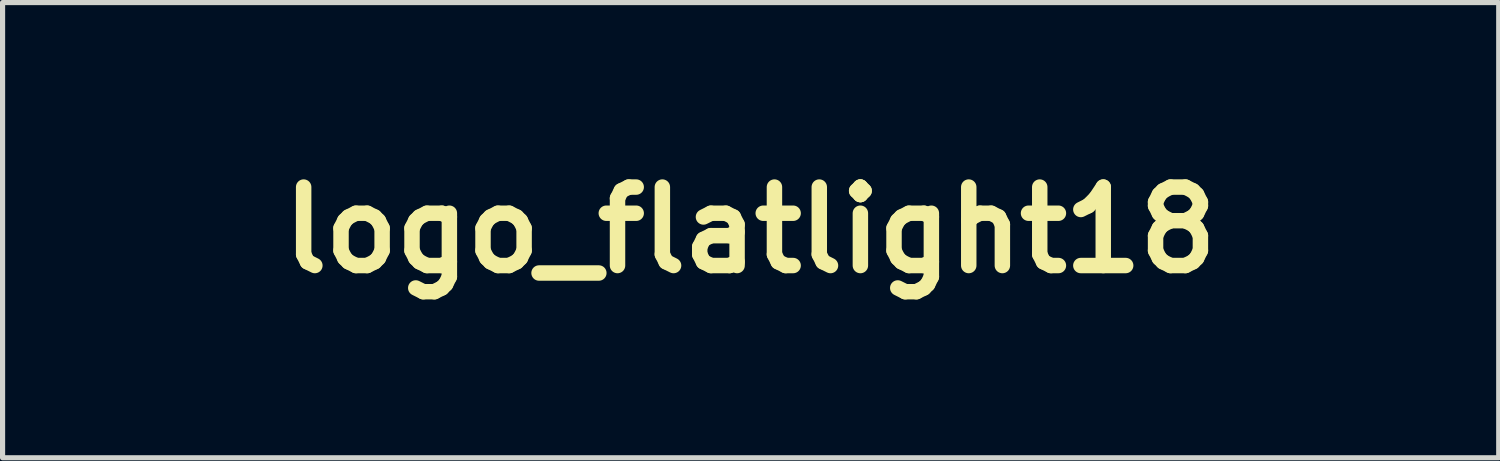
<source format=kicad_pcb>
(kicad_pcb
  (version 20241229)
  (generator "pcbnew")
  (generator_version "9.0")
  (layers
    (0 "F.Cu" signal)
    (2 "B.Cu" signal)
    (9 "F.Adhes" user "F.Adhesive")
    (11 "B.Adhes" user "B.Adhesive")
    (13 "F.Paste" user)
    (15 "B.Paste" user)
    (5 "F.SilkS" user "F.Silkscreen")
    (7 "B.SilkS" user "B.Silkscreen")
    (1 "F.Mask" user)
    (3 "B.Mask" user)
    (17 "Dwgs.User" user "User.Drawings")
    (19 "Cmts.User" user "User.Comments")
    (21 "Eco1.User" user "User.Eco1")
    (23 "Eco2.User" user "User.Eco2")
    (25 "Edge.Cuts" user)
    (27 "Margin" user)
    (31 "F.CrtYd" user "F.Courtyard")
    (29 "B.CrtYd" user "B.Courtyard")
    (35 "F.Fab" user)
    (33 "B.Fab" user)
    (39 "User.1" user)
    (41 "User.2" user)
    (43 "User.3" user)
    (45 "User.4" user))
  (footprint "logo_flatlight18"
    (layer "F.Cu")
    (at 11.52 1.418)
    (property "Reference" "logo_flatlight18" (at 0 0 0) (layer "F.SilkS") (effects (font (size 1.524 1.524) (thickness 0.3))))
    (attr through_hole)
    (fp_poly (pts (xy -9.271 0.804) (xy -9.588 0.804) (xy -9.588 -1.397) (xy -9.271 -1.397) (xy -9.271 0.804)) (stroke (width 0.01) (type solid)) (fill yes) (layer "F.Mask"))
    (fp_poly (pts (xy -5.461 0.804) (xy -5.779 0.804) (xy -5.779 -1.397) (xy -5.461 -1.397) (xy -5.461 0.804)) (stroke (width 0.01) (type solid)) (fill yes) (layer "F.Mask"))
    (fp_poly (pts (xy -4.72 -0.953) (xy -5.038 -0.953) (xy -5.038 -1.312) (xy -4.72 -1.312) (xy -4.72 -0.953)) (stroke (width 0.01) (type solid)) (fill yes) (layer "F.Mask"))
    (fp_poly (pts (xy -4.72 0.804) (xy -5.038 0.804) (xy -5.038 -0.741) (xy -4.72 -0.741) (xy -4.72 0.804)) (stroke (width 0.01) (type solid)) (fill yes) (layer "F.Mask"))
    (fp_poly (pts (xy 8.887 -1.16) (xy 9.027 -1.148) (xy 9.132 -1.125) (xy 9.21 -1.089) (xy 9.267 -1.036) (xy 9.301 -0.983) (xy 9.312 -0.96) (xy 9.321 -0.936) (xy 9.329 -0.904) (xy 9.334 -0.863) (xy 9.339 -0.806) (xy 9.342 -0.73) (xy 9.345 -0.63) (xy 9.347 -0.503) (xy 9.349 -0.344) (xy 9.351 -0.149) (xy 9.351 -0.048) (xy 9.358 0.804) (xy 8.996 0.804) (xy 8.996 0.024) (xy 8.996 -0.189) (xy 8.995 -0.363) (xy 8.993 -0.501) (xy 8.99 -0.607) (xy 8.986 -0.685) (xy 8.981 -0.737) (xy 8.975 -0.768) (xy 8.969 -0.779) (xy 8.934 -0.793) (xy 8.872 -0.803) (xy 8.815 -0.808) (xy 8.689 -0.815) (xy 8.683 -0.992) (xy 8.677 -1.17) (xy 8.887 -1.16)) (stroke (width 0.01) (type solid)) (fill yes) (layer "F.Mask"))
    (fp_poly (pts (xy -6.498 -0.742) (xy -6.292 -0.736) (xy -6.085 -0.73) (xy -6.085 -0.434) (xy -6.498 -0.422) (xy -6.498 -0.003) (xy -6.497 0.156) (xy -6.495 0.277) (xy -6.49 0.364) (xy -6.482 0.42) (xy -6.472 0.45) (xy -6.471 0.452) (xy -6.426 0.485) (xy -6.35 0.51) (xy -6.253 0.525) (xy -6.186 0.529) (xy -6.096 0.529) (xy -6.096 0.804) (xy -6.302 0.802) (xy -6.4 0.8) (xy -6.488 0.794) (xy -6.555 0.786) (xy -6.575 0.781) (xy -6.647 0.743) (xy -6.715 0.676) (xy -6.77 0.593) (xy -6.793 0.535) (xy -6.8 0.49) (xy -6.806 0.41) (xy -6.811 0.303) (xy -6.814 0.178) (xy -6.816 0.042) (xy -6.816 0.016) (xy -6.816 -0.423) (xy -7.027 -0.423) (xy -7.027 -0.741) (xy -6.816 -0.741) (xy -6.816 -1.101) (xy -6.498 -1.101) (xy -6.498 -0.742)) (stroke (width 0.01) (type solid)) (fill yes) (layer "F.Mask"))
    (fp_poly (pts (xy 0.169 -0.741) (xy 0.595 -0.741) (xy 0.588 -0.587) (xy 0.582 -0.434) (xy 0.169 -0.422) (xy 0.169 -0.003) (xy 0.17 0.156) (xy 0.173 0.277) (xy 0.178 0.364) (xy 0.185 0.42) (xy 0.195 0.45) (xy 0.196 0.452) (xy 0.242 0.485) (xy 0.321 0.511) (xy 0.422 0.526) (xy 0.492 0.529) (xy 0.593 0.529) (xy 0.593 0.804) (xy 0.376 0.802) (xy 0.276 0.8) (xy 0.186 0.794) (xy 0.117 0.786) (xy 0.092 0.781) (xy 0.021 0.743) (xy -0.048 0.676) (xy -0.103 0.593) (xy -0.126 0.535) (xy -0.132 0.49) (xy -0.138 0.41) (xy -0.143 0.303) (xy -0.147 0.178) (xy -0.148 0.042) (xy -0.148 0.016) (xy -0.148 -0.423) (xy -0.36 -0.423) (xy -0.36 -0.741) (xy -0.148 -0.741) (xy -0.148 -1.101) (xy 0.169 -1.101) (xy 0.169 -0.741)) (stroke (width 0.01) (type solid)) (fill yes) (layer "F.Mask"))
    (fp_poly (pts (xy -1.947 -0.741) (xy -1.656 -0.74) (xy -1.451 -0.736) (xy -1.281 -0.724) (xy -1.142 -0.702) (xy -1.027 -0.669) (xy -0.932 -0.622) (xy -0.85 -0.561) (xy -0.789 -0.499) (xy -0.744 -0.443) (xy -0.709 -0.387) (xy -0.682 -0.323) (xy -0.662 -0.247) (xy -0.649 -0.151) (xy -0.641 -0.032) (xy -0.636 0.118) (xy -0.635 0.304) (xy -0.635 0.324) (xy -0.635 0.804) (xy -0.953 0.804) (xy -0.953 0.333) (xy -0.953 0.178) (xy -0.954 0.06) (xy -0.956 -0.028) (xy -0.96 -0.093) (xy -0.967 -0.141) (xy -0.976 -0.178) (xy -0.989 -0.211) (xy -1 -0.234) (xy -1.055 -0.314) (xy -1.133 -0.371) (xy -1.142 -0.376) (xy -1.18 -0.393) (xy -1.219 -0.406) (xy -1.266 -0.415) (xy -1.329 -0.42) (xy -1.415 -0.422) (xy -1.533 -0.423) (xy -1.592 -0.423) (xy -1.947 -0.423) (xy -1.947 0.804) (xy -2.265 0.804) (xy -2.265 -1.397) (xy -1.947 -1.397) (xy -1.947 -0.741)) (stroke (width 0.01) (type solid)) (fill yes) (layer "F.Mask"))
    (fp_poly (pts (xy -9.97 -0.804) (xy -10.447 -0.804) (xy -10.603 -0.804) (xy -10.723 -0.803) (xy -10.813 -0.8) (xy -10.879 -0.796) (xy -10.927 -0.79) (xy -10.964 -0.78) (xy -10.994 -0.768) (xy -11.007 -0.762) (xy -11.077 -0.718) (xy -11.123 -0.664) (xy -11.151 -0.59) (xy -11.167 -0.487) (xy -11.17 -0.456) (xy -11.182 -0.296) (xy -9.991 -0.296) (xy -9.991 0.02) (xy -10.578 0.026) (xy -11.165 0.032) (xy -11.171 0.418) (xy -11.177 0.804) (xy -11.515 0.804) (xy -11.515 0.089) (xy -11.514 -0.127) (xy -11.513 -0.305) (xy -11.51 -0.45) (xy -11.504 -0.567) (xy -11.495 -0.66) (xy -11.482 -0.733) (xy -11.464 -0.792) (xy -11.441 -0.841) (xy -11.412 -0.885) (xy -11.376 -0.928) (xy -11.352 -0.954) (xy -11.298 -1.009) (xy -11.245 -1.053) (xy -11.188 -1.087) (xy -11.122 -1.112) (xy -11.04 -1.131) (xy -10.937 -1.143) (xy -10.807 -1.151) (xy -10.645 -1.157) (xy -10.493 -1.16) (xy -9.97 -1.168) (xy -9.97 -0.804)) (stroke (width 0.01) (type solid)) (fill yes) (layer "F.Mask"))
    (fp_poly (pts (xy 7.726 -1.161) (xy 7.755 -1.155) (xy 7.763 -1.143) (xy 7.759 -1.128) (xy 7.749 -1.101) (xy 7.724 -1.039) (xy 7.687 -0.945) (xy 7.64 -0.825) (xy 7.583 -0.682) (xy 7.52 -0.521) (xy 7.45 -0.345) (xy 7.396 -0.21) (xy 7.31 0.008) (xy 7.237 0.19) (xy 7.176 0.339) (xy 7.125 0.46) (xy 7.082 0.555) (xy 7.045 0.629) (xy 7.013 0.685) (xy 6.984 0.726) (xy 6.956 0.756) (xy 6.927 0.778) (xy 6.895 0.797) (xy 6.885 0.802) (xy 6.824 0.821) (xy 6.737 0.833) (xy 6.642 0.837) (xy 6.554 0.832) (xy 6.514 0.825) (xy 6.4 0.78) (xy 6.32 0.712) (xy 6.292 0.669) (xy 6.277 0.636) (xy 6.25 0.567) (xy 6.21 0.468) (xy 6.161 0.342) (xy 6.104 0.194) (xy 6.041 0.029) (xy 5.973 -0.15) (xy 5.925 -0.275) (xy 5.593 -1.154) (xy 5.774 -1.16) (xy 5.858 -1.161) (xy 5.925 -1.158) (xy 5.965 -1.152) (xy 5.971 -1.149) (xy 5.982 -1.126) (xy 6.006 -1.068) (xy 6.041 -0.979) (xy 6.086 -0.863) (xy 6.139 -0.726) (xy 6.198 -0.57) (xy 6.262 -0.401) (xy 6.278 -0.36) (xy 6.343 -0.187) (xy 6.405 -0.026) (xy 6.462 0.119) (xy 6.511 0.243) (xy 6.551 0.342) (xy 6.581 0.412) (xy 6.598 0.447) (xy 6.6 0.45) (xy 6.65 0.483) (xy 6.702 0.478) (xy 6.731 0.455) (xy 6.745 0.429) (xy 6.772 0.368) (xy 6.811 0.276) (xy 6.86 0.158) (xy 6.917 0.018) (xy 6.98 -0.139) (xy 7.048 -0.309) (xy 7.071 -0.365) (xy 7.384 -1.154) (xy 7.579 -1.16) (xy 7.67 -1.162) (xy 7.726 -1.161)) (stroke (width 0.01) (type solid)) (fill yes) (layer "F.Mask"))
    (fp_poly (pts (xy 2.302 -1.16) (xy 2.482 -1.158) (xy 2.626 -1.156) (xy 2.737 -1.154) (xy 2.823 -1.15) (xy 2.887 -1.145) (xy 2.935 -1.139) (xy 2.973 -1.13) (xy 3.006 -1.119) (xy 3.038 -1.105) (xy 3.043 -1.103) (xy 3.173 -1.025) (xy 3.269 -0.922) (xy 3.332 -0.794) (xy 3.361 -0.642) (xy 3.361 -0.524) (xy 3.336 -0.357) (xy 3.279 -0.218) (xy 3.193 -0.108) (xy 3.077 -0.027) (xy 3.042 -0.011) (xy 2.992 0.014) (xy 2.976 0.036) (xy 2.982 0.059) (xy 2.999 0.088) (xy 3.033 0.147) (xy 3.081 0.23) (xy 3.14 0.33) (xy 3.205 0.441) (xy 3.205 0.441) (xy 3.268 0.55) (xy 3.324 0.645) (xy 3.367 0.722) (xy 3.397 0.774) (xy 3.408 0.796) (xy 3.408 0.796) (xy 3.388 0.8) (xy 3.336 0.803) (xy 3.26 0.804) (xy 3.218 0.804) (xy 3.029 0.804) (xy 2.803 0.423) (xy 2.577 0.041) (xy 2.31 0.047) (xy 2.043 0.053) (xy 2.037 0.429) (xy 2.031 0.804) (xy 1.672 0.804) (xy 1.673 0.376) (xy 1.675 0.207) (xy 1.678 0.075) (xy 1.685 -0.025) (xy 1.697 -0.1) (xy 1.714 -0.154) (xy 1.738 -0.193) (xy 1.77 -0.223) (xy 1.799 -0.242) (xy 1.826 -0.256) (xy 1.856 -0.267) (xy 1.897 -0.275) (xy 1.952 -0.281) (xy 2.029 -0.286) (xy 2.133 -0.289) (xy 2.27 -0.292) (xy 2.37 -0.293) (xy 2.53 -0.296) (xy 2.652 -0.299) (xy 2.744 -0.302) (xy 2.811 -0.307) (xy 2.857 -0.314) (xy 2.89 -0.322) (xy 2.914 -0.334) (xy 2.925 -0.342) (xy 2.983 -0.407) (xy 3.014 -0.492) (xy 3.017 -0.586) (xy 2.993 -0.676) (xy 2.942 -0.749) (xy 2.928 -0.761) (xy 2.91 -0.774) (xy 2.889 -0.784) (xy 2.86 -0.791) (xy 2.817 -0.797) (xy 2.756 -0.8) (xy 2.672 -0.803) (xy 2.559 -0.804) (xy 2.413 -0.804) (xy 2.273 -0.804) (xy 1.672 -0.804) (xy 1.672 -1.167) (xy 2.302 -1.16)) (stroke (width 0.01) (type solid)) (fill yes) (layer "F.Mask"))
    (fp_poly (pts (xy 5.334 -0.806) (xy 4.754 -0.8) (xy 4.581 -0.798) (xy 4.446 -0.796) (xy 4.342 -0.793) (xy 4.266 -0.789) (xy 4.212 -0.784) (xy 4.176 -0.777) (xy 4.152 -0.769) (xy 4.134 -0.757) (xy 4.13 -0.754) (xy 4.078 -0.682) (xy 4.057 -0.597) (xy 4.065 -0.51) (xy 4.102 -0.433) (xy 4.166 -0.378) (xy 4.17 -0.376) (xy 4.198 -0.364) (xy 4.232 -0.355) (xy 4.279 -0.349) (xy 4.344 -0.344) (xy 4.433 -0.341) (xy 4.55 -0.339) (xy 4.702 -0.339) (xy 4.778 -0.339) (xy 5.313 -0.339) (xy 5.313 -0.021) (xy 4.783 -0.021) (xy 4.601 -0.021) (xy 4.457 -0.018) (xy 4.345 -0.014) (xy 4.26 -0.006) (xy 4.197 0.005) (xy 4.152 0.02) (xy 4.118 0.04) (xy 4.092 0.066) (xy 4.089 0.069) (xy 4.06 0.131) (xy 4.048 0.212) (xy 4.056 0.292) (xy 4.064 0.318) (xy 4.082 0.356) (xy 4.105 0.387) (xy 4.136 0.41) (xy 4.181 0.428) (xy 4.245 0.441) (xy 4.332 0.45) (xy 4.447 0.455) (xy 4.596 0.459) (xy 4.778 0.462) (xy 5.334 0.468) (xy 5.334 0.804) (xy 4.747 0.803) (xy 4.541 0.802) (xy 4.376 0.799) (xy 4.247 0.794) (xy 4.154 0.788) (xy 4.092 0.779) (xy 4.075 0.775) (xy 3.929 0.713) (xy 3.816 0.63) (xy 3.738 0.529) (xy 3.705 0.45) (xy 3.687 0.338) (xy 3.686 0.218) (xy 3.704 0.107) (xy 3.722 0.053) (xy 3.758 -0.006) (xy 3.808 -0.068) (xy 3.864 -0.122) (xy 3.914 -0.159) (xy 3.943 -0.169) (xy 3.944 -0.179) (xy 3.916 -0.201) (xy 3.904 -0.209) (xy 3.847 -0.252) (xy 3.79 -0.308) (xy 3.783 -0.315) (xy 3.723 -0.418) (xy 3.691 -0.54) (xy 3.689 -0.669) (xy 3.713 -0.798) (xy 3.764 -0.914) (xy 3.838 -1.009) (xy 3.872 -1.036) (xy 3.919 -1.068) (xy 3.964 -1.093) (xy 4.014 -1.113) (xy 4.073 -1.128) (xy 4.146 -1.139) (xy 4.24 -1.147) (xy 4.36 -1.152) (xy 4.51 -1.156) (xy 4.697 -1.159) (xy 4.725 -1.159) (xy 5.334 -1.168) (xy 5.334 -0.806)) (stroke (width 0.01) (type solid)) (fill yes) (layer "F.Mask"))
    (fp_poly (pts (xy -8.015 -0.735) (xy -7.891 -0.732) (xy -7.791 -0.728) (xy -7.722 -0.722) (xy -7.706 -0.72) (xy -7.569 -0.676) (xy -7.458 -0.6) (xy -7.375 -0.494) (xy -7.366 -0.476) (xy -7.349 -0.442) (xy -7.337 -0.409) (xy -7.327 -0.373) (xy -7.321 -0.327) (xy -7.317 -0.264) (xy -7.314 -0.179) (xy -7.313 -0.066) (xy -7.313 0.081) (xy -7.313 0.138) (xy -7.313 0.31) (xy -7.315 0.446) (xy -7.319 0.549) (xy -7.327 0.625) (xy -7.339 0.679) (xy -7.357 0.717) (xy -7.381 0.743) (xy -7.413 0.762) (xy -7.441 0.774) (xy -7.485 0.784) (xy -7.563 0.791) (xy -7.669 0.797) (xy -7.794 0.801) (xy -7.932 0.803) (xy -8.073 0.803) (xy -8.212 0.802) (xy -8.34 0.798) (xy -8.45 0.793) (xy -8.534 0.786) (xy -8.581 0.778) (xy -8.682 0.731) (xy -8.764 0.654) (xy -8.823 0.554) (xy -8.859 0.44) (xy -8.869 0.319) (xy -8.867 0.306) (xy -8.551 0.306) (xy -8.548 0.368) (xy -8.534 0.417) (xy -8.506 0.452) (xy -8.458 0.477) (xy -8.385 0.493) (xy -8.283 0.502) (xy -8.147 0.506) (xy -8.032 0.507) (xy -7.881 0.506) (xy -7.769 0.503) (xy -7.695 0.497) (xy -7.653 0.488) (xy -7.645 0.483) (xy -7.632 0.447) (xy -7.623 0.38) (xy -7.62 0.303) (xy -7.62 0.148) (xy -8.039 0.148) (xy -8.183 0.148) (xy -8.291 0.15) (xy -8.369 0.152) (xy -8.423 0.157) (xy -8.459 0.164) (xy -8.483 0.174) (xy -8.502 0.188) (xy -8.505 0.191) (xy -8.544 0.256) (xy -8.551 0.306) (xy -8.867 0.306) (xy -8.851 0.2) (xy -8.805 0.091) (xy -8.755 0.026) (xy -8.712 -0.015) (xy -8.662 -0.046) (xy -8.601 -0.07) (xy -8.522 -0.086) (xy -8.421 -0.097) (xy -8.291 -0.103) (xy -8.126 -0.106) (xy -8.05 -0.106) (xy -7.62 -0.106) (xy -7.62 -0.19) (xy -7.633 -0.292) (xy -7.671 -0.367) (xy -7.712 -0.4) (xy -7.75 -0.408) (xy -7.828 -0.416) (xy -7.943 -0.422) (xy -8.092 -0.426) (xy -8.266 -0.429) (xy -8.774 -0.434) (xy -8.774 -0.73) (xy -8.299 -0.736) (xy -8.153 -0.737) (xy -8.015 -0.735)) (stroke (width 0.01) (type solid)) (fill yes) (layer "F.Mask"))
    (fp_poly (pts (xy -3.265 -0.729) (xy -3.155 -0.721) (xy -3.071 -0.71) (xy -3.041 -0.702) (xy -2.919 -0.637) (xy -2.822 -0.539) (xy -2.752 -0.408) (xy -2.709 -0.249) (xy -2.701 -0.181) (xy -2.696 -0.082) (xy -2.693 0.042) (xy -2.691 0.185) (xy -2.691 0.338) (xy -2.693 0.495) (xy -2.697 0.648) (xy -2.702 0.792) (xy -2.708 0.918) (xy -2.716 1.019) (xy -2.725 1.089) (xy -2.73 1.111) (xy -2.761 1.175) (xy -2.81 1.246) (xy -2.844 1.283) (xy -2.885 1.321) (xy -2.929 1.351) (xy -2.979 1.374) (xy -3.043 1.391) (xy -3.124 1.403) (xy -3.228 1.411) (xy -3.36 1.416) (xy -3.525 1.418) (xy -3.673 1.418) (xy -4.191 1.418) (xy -4.191 1.125) (xy -3.678 1.118) (xy -3.506 1.115) (xy -3.371 1.112) (xy -3.269 1.107) (xy -3.193 1.099) (xy -3.139 1.087) (xy -3.102 1.07) (xy -3.077 1.048) (xy -3.058 1.018) (xy -3.048 0.997) (xy -3.031 0.943) (xy -3.016 0.871) (xy -3.012 0.842) (xy -3 0.741) (xy -3.413 0.741) (xy -3.588 0.74) (xy -3.728 0.735) (xy -3.838 0.725) (xy -3.925 0.709) (xy -3.996 0.685) (xy -4.057 0.65) (xy -4.115 0.605) (xy -4.161 0.561) (xy -4.255 0.439) (xy -4.319 0.29) (xy -4.353 0.12) (xy -4.354 0.011) (xy -4.031 0.011) (xy -4.023 0.157) (xy -3.998 0.269) (xy -3.953 0.35) (xy -3.886 0.407) (xy -3.793 0.443) (xy -3.783 0.445) (xy -3.739 0.451) (xy -3.662 0.456) (xy -3.56 0.46) (xy -3.441 0.463) (xy -3.358 0.464) (xy -3.002 0.466) (xy -3.009 0.122) (xy -3.014 -0.044) (xy -3.025 -0.172) (xy -3.045 -0.268) (xy -3.079 -0.336) (xy -3.131 -0.38) (xy -3.207 -0.406) (xy -3.309 -0.419) (xy -3.444 -0.423) (xy -3.509 -0.423) (xy -3.629 -0.423) (xy -3.714 -0.421) (xy -3.773 -0.415) (xy -3.815 -0.406) (xy -3.848 -0.392) (xy -3.875 -0.376) (xy -3.945 -0.317) (xy -3.993 -0.248) (xy -4.02 -0.161) (xy -4.031 -0.045) (xy -4.031 0.011) (xy -4.354 0.011) (xy -4.355 -0.065) (xy -4.341 -0.18) (xy -4.295 -0.351) (xy -4.223 -0.49) (xy -4.124 -0.597) (xy -3.997 -0.674) (xy -3.948 -0.693) (xy -3.881 -0.708) (xy -3.782 -0.72) (xy -3.661 -0.728) (xy -3.528 -0.732) (xy -3.393 -0.732) (xy -3.265 -0.729)) (stroke (width 0.01) (type solid)) (fill yes) (layer "F.Mask"))
    (fp_poly (pts (xy 10.789 -1.153) (xy 10.907 -1.152) (xy 10.995 -1.15) (xy 11.06 -1.146) (xy 11.109 -1.139) (xy 11.149 -1.129) (xy 11.186 -1.115) (xy 11.213 -1.104) (xy 11.342 -1.024) (xy 11.44 -0.92) (xy 11.504 -0.795) (xy 11.53 -0.656) (xy 11.519 -0.515) (xy 11.484 -0.4) (xy 11.429 -0.312) (xy 11.344 -0.235) (xy 11.338 -0.23) (xy 11.295 -0.195) (xy 11.275 -0.174) (xy 11.278 -0.169) (xy 11.316 -0.153) (xy 11.367 -0.112) (xy 11.421 -0.056) (xy 11.469 0.005) (xy 11.496 0.053) (xy 11.525 0.152) (xy 11.534 0.27) (xy 11.525 0.39) (xy 11.511 0.447) (xy 11.46 0.554) (xy 11.375 0.65) (xy 11.269 0.726) (xy 11.235 0.743) (xy 11.195 0.76) (xy 11.157 0.773) (xy 11.112 0.782) (xy 11.056 0.789) (xy 10.98 0.793) (xy 10.879 0.795) (xy 10.744 0.797) (xy 10.679 0.798) (xy 10.54 0.798) (xy 10.411 0.796) (xy 10.3 0.793) (xy 10.214 0.789) (xy 10.161 0.783) (xy 10.154 0.782) (xy 10.005 0.729) (xy 9.891 0.652) (xy 9.81 0.549) (xy 9.762 0.42) (xy 9.748 0.275) (xy 9.752 0.218) (xy 10.097 0.218) (xy 10.114 0.317) (xy 10.163 0.393) (xy 10.242 0.439) (xy 10.251 0.442) (xy 10.305 0.451) (xy 10.39 0.457) (xy 10.497 0.461) (xy 10.616 0.463) (xy 10.736 0.462) (xy 10.847 0.459) (xy 10.939 0.454) (xy 11.002 0.446) (xy 11.011 0.444) (xy 11.098 0.401) (xy 11.153 0.33) (xy 11.176 0.234) (xy 11.176 0.218) (xy 11.172 0.144) (xy 11.158 0.088) (xy 11.129 0.045) (xy 11.08 0.015) (xy 11.006 -0.004) (xy 10.903 -0.015) (xy 10.766 -0.02) (xy 10.636 -0.021) (xy 10.47 -0.02) (xy 10.342 -0.013) (xy 10.246 -0.000344) (xy 10.179 0.021) (xy 10.135 0.054) (xy 10.11 0.1) (xy 10.099 0.16) (xy 10.097 0.218) (xy 9.752 0.218) (xy 9.758 0.138) (xy 9.791 0.029) (xy 9.852 -0.059) (xy 9.917 -0.116) (xy 10.002 -0.18) (xy 9.919 -0.243) (xy 9.834 -0.325) (xy 9.78 -0.421) (xy 9.759 -0.521) (xy 10.101 -0.521) (xy 10.118 -0.47) (xy 10.14 -0.437) (xy 10.185 -0.391) (xy 10.229 -0.361) (xy 10.232 -0.359) (xy 10.273 -0.352) (xy 10.348 -0.346) (xy 10.446 -0.342) (xy 10.56 -0.34) (xy 10.68 -0.341) (xy 10.797 -0.343) (xy 10.902 -0.347) (xy 10.986 -0.352) (xy 11.039 -0.36) (xy 11.046 -0.362) (xy 11.114 -0.405) (xy 11.156 -0.472) (xy 11.174 -0.553) (xy 11.165 -0.637) (xy 11.131 -0.714) (xy 11.072 -0.773) (xy 11.051 -0.785) (xy 11.006 -0.797) (xy 10.928 -0.808) (xy 10.827 -0.816) (xy 10.714 -0.821) (xy 10.597 -0.824) (xy 10.487 -0.823) (xy 10.393 -0.819) (xy 10.358 -0.815) (xy 10.244 -0.786) (xy 10.163 -0.732) (xy 10.116 -0.652) (xy 10.103 -0.592) (xy 10.101 -0.521) (xy 9.759 -0.521) (xy 9.755 -0.539) (xy 9.751 -0.622) (xy 9.767 -0.772) (xy 9.816 -0.897) (xy 9.899 -0.999) (xy 10.019 -1.082) (xy 10.065 -1.105) (xy 10.102 -1.121) (xy 10.138 -1.133) (xy 10.18 -1.142) (xy 10.234 -1.147) (xy 10.306 -1.151) (xy 10.404 -1.153) (xy 10.534 -1.154) (xy 10.636 -1.154) (xy 10.789 -1.153)) (stroke (width 0.01) (type solid)) (fill yes) (layer "F.Mask")))
  (gr_rect
    (start -3 -3)
    (end 26.059 5.841)
    (stroke (width 0.1) (type default))
    (fill no)
    (layer "Edge.Cuts")))
</source>
